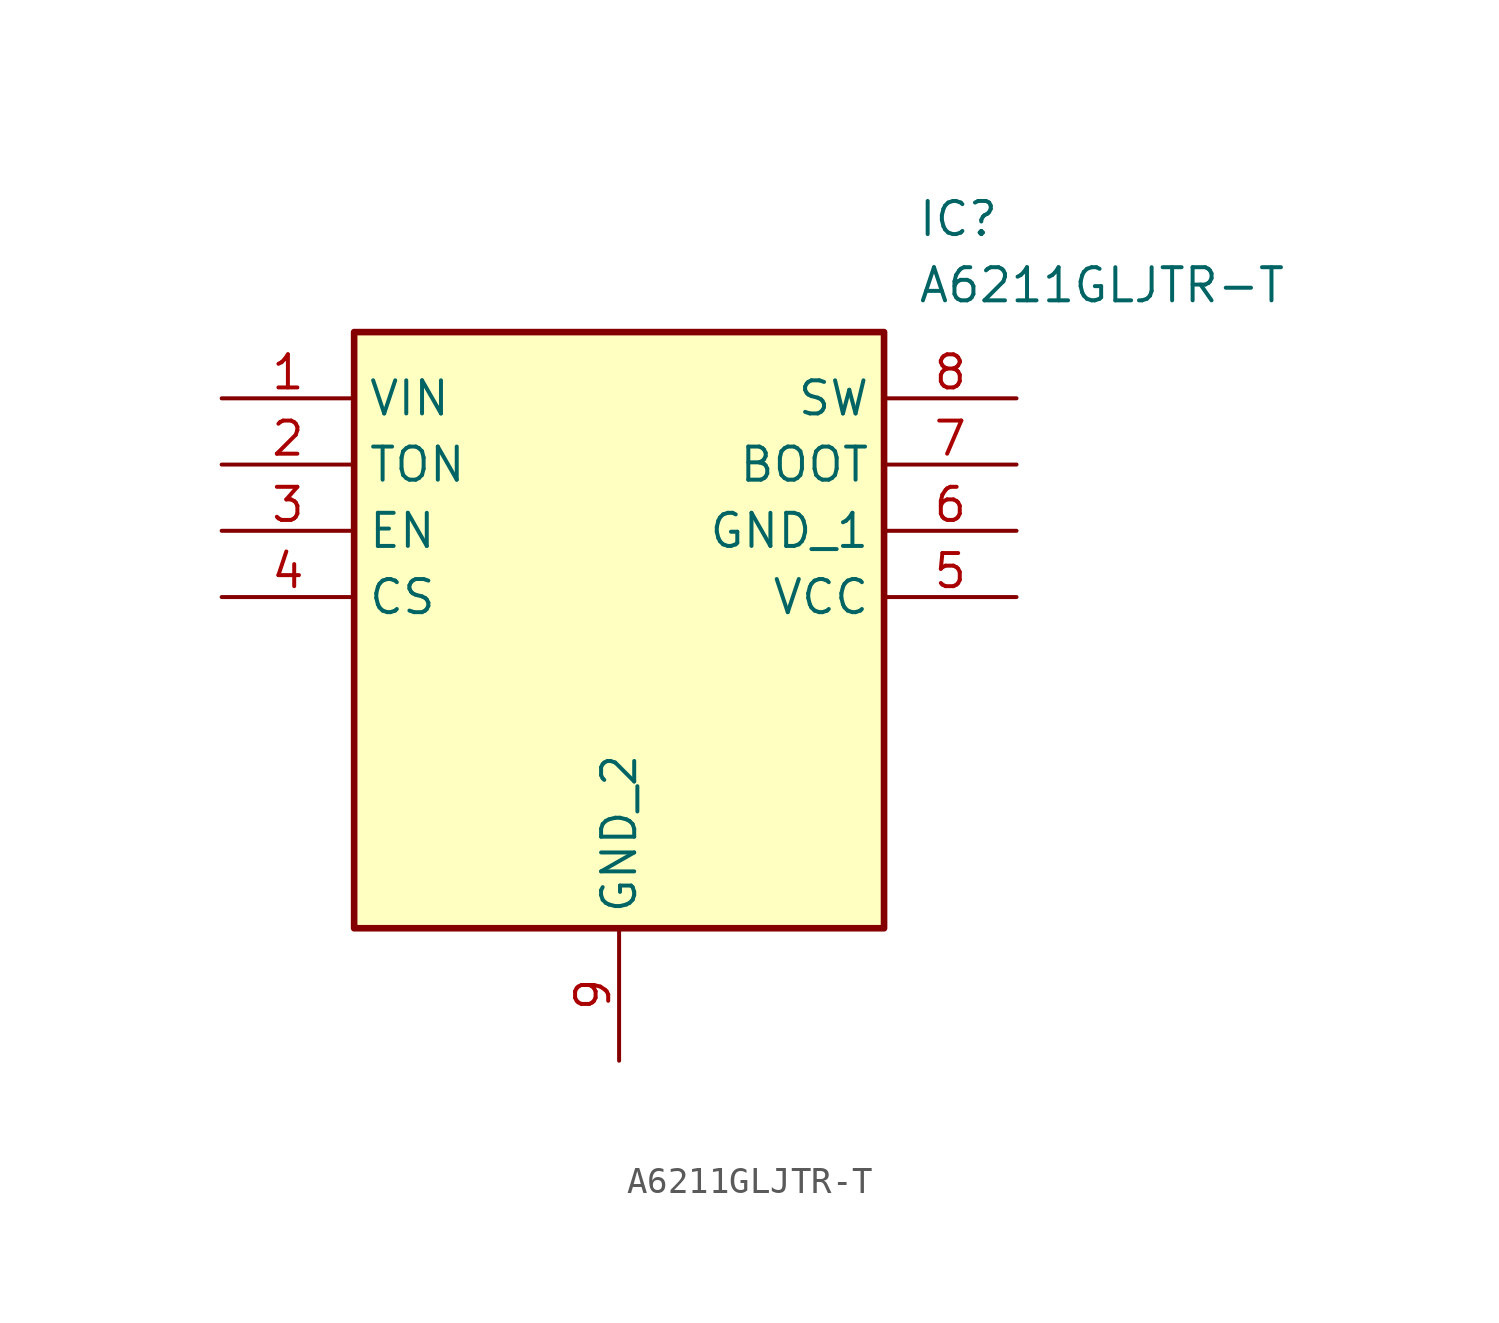
<source format=kicad_sym>
(kicad_symbol_lib
  (version 20211014)
  (generator SamacSys_ECAD_Model)
  (symbol "A6211GLJTR-T"
    (property "Reference" "IC"
      (at 26.67 7.62 0)
      (effects (font (size 1.27 1.27)) (justify left top)))
    (property "Value" "A6211GLJTR-T"
      (at 26.67 5.08 0)
      (effects (font (size 1.27 1.27)) (justify left top)))
    (rectangle
      (start 5.08 2.54)
      (end 25.4 -20.32)
      (stroke (width 0.254) (type default))
      (fill (type background)))
    (pin passive line
      (at 0 0 0)
      (length 5.08)
      (name "VIN" (effects (font (size 1.27 1.27))))
      (number "1" (effects (font (size 1.27 1.27)))))
    (pin passive line
      (at 0 -2.54 0)
      (length 5.08)
      (name "TON" (effects (font (size 1.27 1.27))))
      (number "2" (effects (font (size 1.27 1.27)))))
    (pin passive line
      (at 0 -5.08 0)
      (length 5.08)
      (name "EN" (effects (font (size 1.27 1.27))))
      (number "3" (effects (font (size 1.27 1.27)))))
    (pin passive line
      (at 0 -7.62 0)
      (length 5.08)
      (name "CS" (effects (font (size 1.27 1.27))))
      (number "4" (effects (font (size 1.27 1.27)))))
    (pin passive line
      (at 15.24 -25.4 90)
      (length 5.08)
      (name "GND_2" (effects (font (size 1.27 1.27))))
      (number "9" (effects (font (size 1.27 1.27)))))
    (pin passive line
      (at 30.48 0 180)
      (length 5.08)
      (name "SW" (effects (font (size 1.27 1.27))))
      (number "8" (effects (font (size 1.27 1.27)))))
    (pin passive line
      (at 30.48 -2.54 180)
      (length 5.08)
      (name "BOOT" (effects (font (size 1.27 1.27))))
      (number "7" (effects (font (size 1.27 1.27)))))
    (pin passive line
      (at 30.48 -5.08 180)
      (length 5.08)
      (name "GND_1" (effects (font (size 1.27 1.27))))
      (number "6" (effects (font (size 1.27 1.27)))))
    (pin passive line
      (at 30.48 -7.62 180)
      (length 5.08)
      (name "VCC" (effects (font (size 1.27 1.27))))
      (number "5" (effects (font (size 1.27 1.27)))))))
</source>
